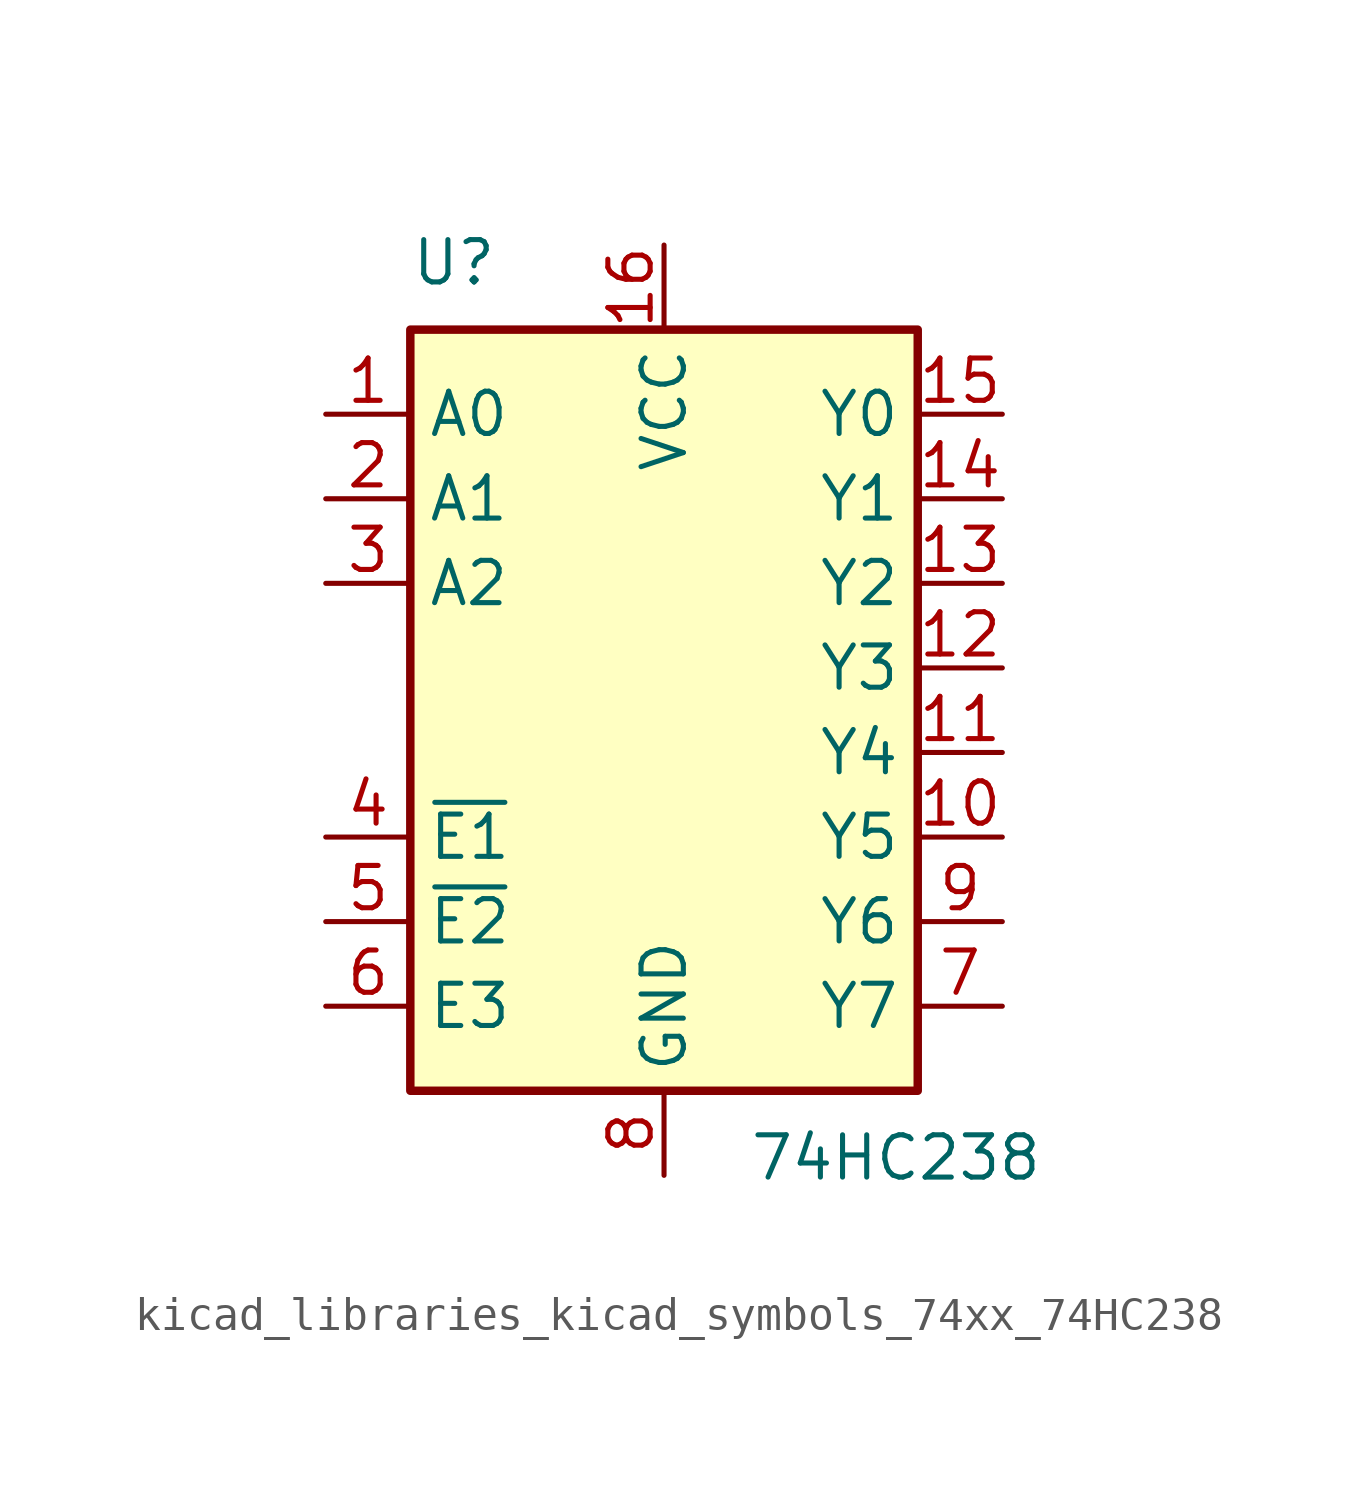
<source format=kicad_sym>
(kicad_symbol_lib
  (version 20220914)
  (generator kicad_symbol_editor)
  (symbol "kicad_libraries_kicad_symbols_74xx_74HC238"
    (property "Reference" "U"
      (at -7.62 13.97 0)
      (effects (font (size 1.27 1.27)) (justify left bottom)))
    (property "Value" "74HC238"
      (at 2.54 -11.43 0)
      (effects (font (size 1.27 1.27)) (justify left top)))
    (symbol "kicad_libraries_kicad_symbols_74xx_74HC238_0_1"
      (rectangle (start -7.62 12.7) (end 7.62 -10.16) (stroke (width 0.254) (type default)) (fill (type background))))
    (symbol "kicad_libraries_kicad_symbols_74xx_74HC238_1_1"
      (pin input line (at -10.16 10.16 0) (length 2.54) (name "A0" (effects (font (size 1.27 1.27)))) (number "1" (effects (font (size 1.27 1.27)))))
      (pin output line (at 10.16 -2.54 180) (length 2.54) (name "Y5" (effects (font (size 1.27 1.27)))) (number "10" (effects (font (size 1.27 1.27)))))
      (pin output line (at 10.16 0 180) (length 2.54) (name "Y4" (effects (font (size 1.27 1.27)))) (number "11" (effects (font (size 1.27 1.27)))))
      (pin output line (at 10.16 2.54 180) (length 2.54) (name "Y3" (effects (font (size 1.27 1.27)))) (number "12" (effects (font (size 1.27 1.27)))))
      (pin output line (at 10.16 5.08 180) (length 2.54) (name "Y2" (effects (font (size 1.27 1.27)))) (number "13" (effects (font (size 1.27 1.27)))))
      (pin output line (at 10.16 7.62 180) (length 2.54) (name "Y1" (effects (font (size 1.27 1.27)))) (number "14" (effects (font (size 1.27 1.27)))))
      (pin output line (at 10.16 10.16 180) (length 2.54) (name "Y0" (effects (font (size 1.27 1.27)))) (number "15" (effects (font (size 1.27 1.27)))))
      (pin power_in line (at 0 15.24 270) (length 2.54) (name "VCC" (effects (font (size 1.27 1.27)))) (number "16" (effects (font (size 1.27 1.27)))))
      (pin input line (at -10.16 7.62 0) (length 2.54) (name "A1" (effects (font (size 1.27 1.27)))) (number "2" (effects (font (size 1.27 1.27)))))
      (pin input line (at -10.16 5.08 0) (length 2.54) (name "A2" (effects (font (size 1.27 1.27)))) (number "3" (effects (font (size 1.27 1.27)))))
      (pin input line (at -10.16 -2.54 0) (length 2.54) (name "~{E1}" (effects (font (size 1.27 1.27)))) (number "4" (effects (font (size 1.27 1.27)))))
      (pin input line (at -10.16 -5.08 0) (length 2.54) (name "~{E2}" (effects (font (size 1.27 1.27)))) (number "5" (effects (font (size 1.27 1.27)))))
      (pin input line (at -10.16 -7.62 0) (length 2.54) (name "E3" (effects (font (size 1.27 1.27)))) (number "6" (effects (font (size 1.27 1.27)))))
      (pin output line (at 10.16 -7.62 180) (length 2.54) (name "Y7" (effects (font (size 1.27 1.27)))) (number "7" (effects (font (size 1.27 1.27)))))
      (pin power_in line (at 0 -12.7 90) (length 2.54) (name "GND" (effects (font (size 1.27 1.27)))) (number "8" (effects (font (size 1.27 1.27)))))
      (pin output line (at 10.16 -5.08 180) (length 2.54) (name "Y6" (effects (font (size 1.27 1.27)))) (number "9" (effects (font (size 1.27 1.27))))))))
</source>
